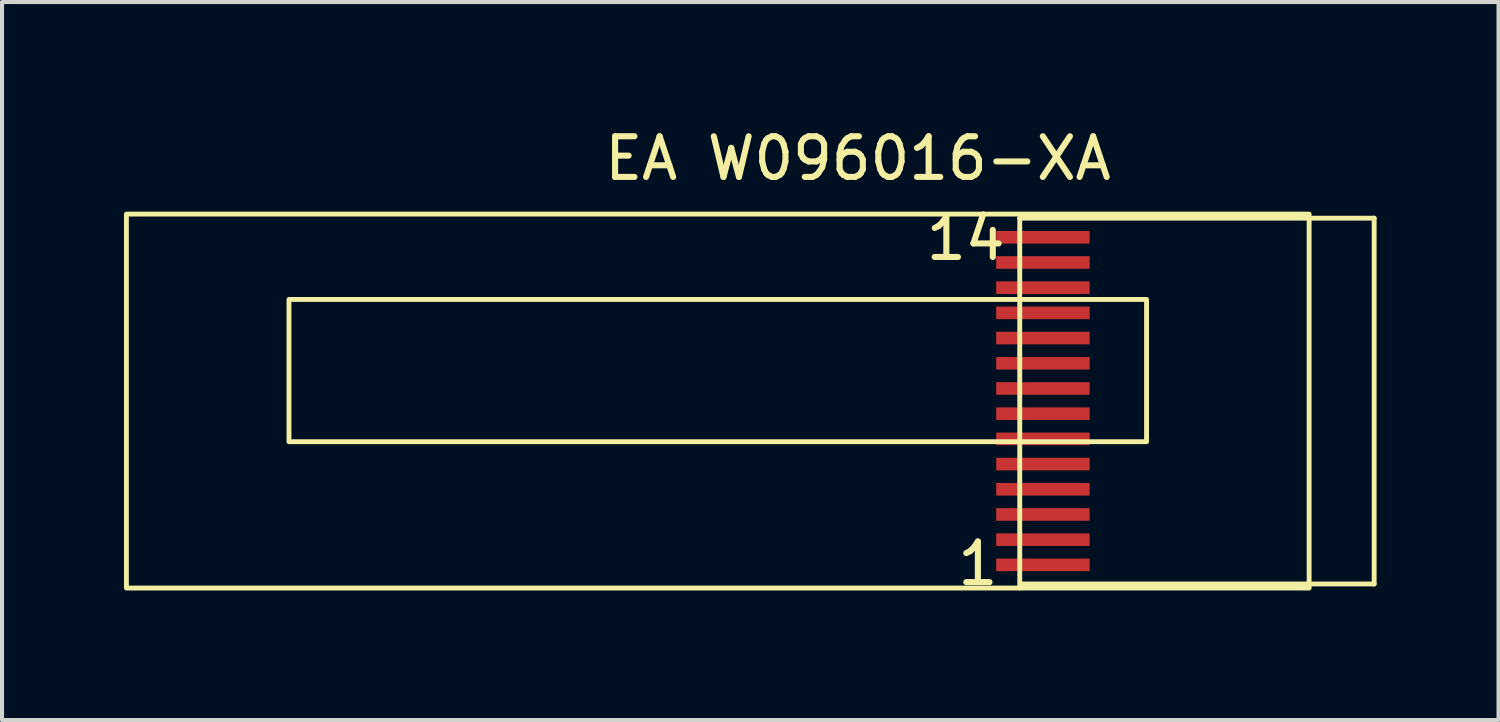
<source format=kicad_pcb>
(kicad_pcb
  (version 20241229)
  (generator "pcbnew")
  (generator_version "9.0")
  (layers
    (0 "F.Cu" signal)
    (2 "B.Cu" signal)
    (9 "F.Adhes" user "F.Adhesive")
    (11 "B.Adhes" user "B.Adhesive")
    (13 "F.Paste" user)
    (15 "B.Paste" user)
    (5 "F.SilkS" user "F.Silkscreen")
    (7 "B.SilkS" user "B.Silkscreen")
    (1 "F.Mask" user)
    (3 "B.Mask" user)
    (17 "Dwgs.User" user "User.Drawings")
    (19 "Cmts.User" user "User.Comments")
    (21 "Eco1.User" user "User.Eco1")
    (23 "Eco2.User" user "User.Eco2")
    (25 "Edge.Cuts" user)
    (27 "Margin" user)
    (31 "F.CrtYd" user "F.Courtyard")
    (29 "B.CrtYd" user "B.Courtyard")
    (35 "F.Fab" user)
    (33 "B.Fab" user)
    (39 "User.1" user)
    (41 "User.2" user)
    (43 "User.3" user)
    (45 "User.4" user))
  (footprint "EA W096016-XA"
    (layer "F.Cu")
    (at 14.61 6.818)
    (property "Reference" "EA W096016-XA" (at 3.45 -5.97 0) (unlocked yes) (layer "F.SilkS") (effects (font (size 1 1) (thickness 0.15))))
    (fp_line (start 7.43 -4.5) (end 7.43 4.6) (stroke (width 0.12) (type solid)) (layer "F.SilkS"))
    (fp_line (start 7.43 -4.5) (end 16.15 -4.5) (stroke (width 0.12) (type solid)) (layer "F.SilkS"))
    (fp_line (start 16.15 -4.5) (end 16.15 4.5) (stroke (width 0.12) (type solid)) (layer "F.SilkS"))
    (fp_line (start 16.15 4.5) (end 7.5 4.5) (stroke (width 0.12) (type solid)) (layer "F.SilkS"))
    (fp_rect (start -14.55 -4.6) (end 14.55 4.6) (stroke (width 0.12) (type solid)) (fill no) (layer "F.SilkS"))
    (fp_rect (start -10.55 -2.5) (end 10.55 1) (stroke (width 0.12) (type solid)) (fill no) (layer "F.SilkS"))
    (fp_text user "14" (at 6.1 -4 0) (unlocked yes) (layer "F.SilkS") (effects (font (size 1 1) (thickness 0.15))))
    (fp_text user "1" (at 6.4 4 0) (unlocked yes) (layer "F.SilkS") (effects (font (size 1 1) (thickness 0.15))))
    (pad "1" smd rect (at 8 4.03) (size 2.3 0.31) (layers "F.Cu" "F.Mask" "F.Paste"))
    (pad "2" smd rect (at 8 3.41) (size 2.3 0.31) (layers "F.Cu" "F.Mask" "F.Paste"))
    (pad "3" smd rect (at 8 2.79) (size 2.3 0.31) (layers "F.Cu" "F.Mask" "F.Paste"))
    (pad "4" smd rect (at 8 2.17) (size 2.3 0.31) (layers "F.Cu" "F.Mask" "F.Paste"))
    (pad "5" smd rect (at 8 1.55) (size 2.3 0.31) (layers "F.Cu" "F.Mask" "F.Paste"))
    (pad "6" smd rect (at 8 0.93) (size 2.3 0.31) (layers "F.Cu" "F.Mask" "F.Paste"))
    (pad "7" smd rect (at 8 0.31) (size 2.3 0.31) (layers "F.Cu" "F.Mask" "F.Paste"))
    (pad "8" smd rect (at 8 -0.31) (size 2.3 0.31) (layers "F.Cu" "F.Mask" "F.Paste"))
    (pad "9" smd rect (at 8 -0.93) (size 2.3 0.31) (layers "F.Cu" "F.Mask" "F.Paste"))
    (pad "10" smd rect (at 8 -1.55) (size 2.3 0.31) (layers "F.Cu" "F.Mask" "F.Paste"))
    (pad "11" smd rect (at 8 -2.17) (size 2.3 0.31) (layers "F.Cu" "F.Mask" "F.Paste"))
    (pad "12" smd rect (at 8 -2.79) (size 2.3 0.31) (layers "F.Cu" "F.Mask" "F.Paste"))
    (pad "13" smd rect (at 8 -3.41) (size 2.3 0.31) (layers "F.Cu" "F.Mask" "F.Paste"))
    (pad "14" smd rect (at 8 -4.03) (size 2.3 0.31) (layers "F.Cu" "F.Mask" "F.Paste"))
    (zone (net_name "") (layer "F.Cu") (hatch edge 0.508) (connect_pads) (min_thickness 0.254) (filled_areas_thickness no) (keepout (tracks allowed) (vias allowed) (pads allowed) (copperpour allowed) (footprints not_allowed)) (placement (enabled no)) (fill) (polygon (pts (xy 30.76 2.318) (xy 30.76 11.318) (xy 0.06 11.418) (xy 0.06 2.218)))))
  (gr_rect
    (start -3 -3)
    (end 33.82 14.666)
    (stroke (width 0.1) (type default))
    (fill no)
    (layer "Edge.Cuts")))
</source>
